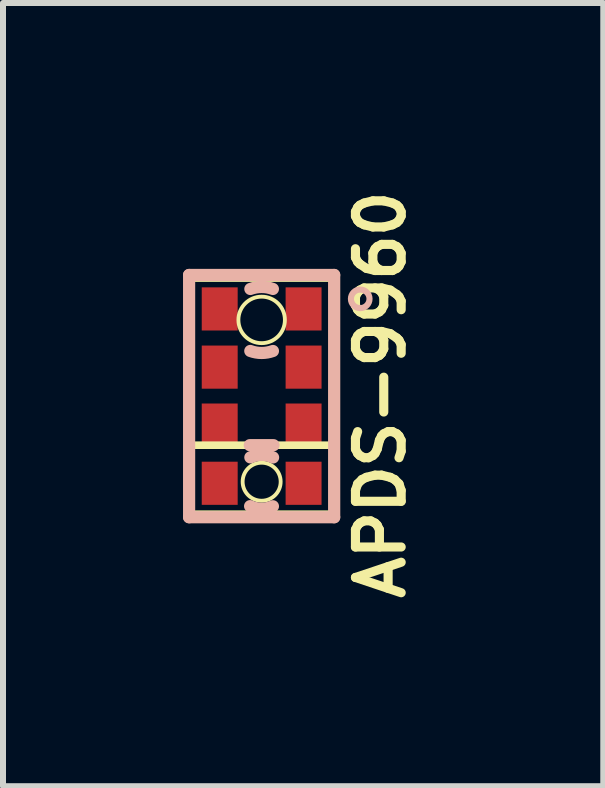
<source format=kicad_pcb>
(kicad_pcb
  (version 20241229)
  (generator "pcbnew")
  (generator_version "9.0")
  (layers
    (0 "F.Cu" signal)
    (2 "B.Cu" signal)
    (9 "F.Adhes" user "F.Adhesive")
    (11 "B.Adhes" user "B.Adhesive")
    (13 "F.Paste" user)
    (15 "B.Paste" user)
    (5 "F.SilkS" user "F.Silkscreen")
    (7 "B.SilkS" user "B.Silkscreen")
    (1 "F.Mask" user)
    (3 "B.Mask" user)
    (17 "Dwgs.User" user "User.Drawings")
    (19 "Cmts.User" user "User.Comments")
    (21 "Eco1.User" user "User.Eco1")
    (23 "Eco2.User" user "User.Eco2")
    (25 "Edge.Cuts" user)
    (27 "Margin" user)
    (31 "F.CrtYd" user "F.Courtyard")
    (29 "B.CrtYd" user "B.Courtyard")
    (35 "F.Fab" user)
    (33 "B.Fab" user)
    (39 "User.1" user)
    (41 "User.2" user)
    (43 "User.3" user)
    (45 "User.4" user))
  (footprint "APDS-9960"
    (layer "F.Cu")
    (at 1.311 3.552)
    (property "Reference" "APDS-9960" (at 1.981 -0.025 270) (layer "F.SilkS") (effects (font (size 0.762 0.762) (thickness 0.152))))
    (attr smd)
    (fp_line (start -1.179 -1.968) (end -1.179 0.818) (stroke (width 0.127) (type solid)) (layer "F.SilkS"))
    (fp_line (start -1.179 -1.968) (end 1.179 -1.968) (stroke (width 0.127) (type solid)) (layer "F.SilkS"))
    (fp_line (start -1.179 0.818) (end -1.179 1.968) (stroke (width 0.127) (type solid)) (layer "F.SilkS"))
    (fp_line (start -1.179 0.818) (end 1.179 0.818) (stroke (width 0.127) (type solid)) (layer "F.SilkS"))
    (fp_line (start -1.179 1.968) (end 1.179 1.968) (stroke (width 0.127) (type solid)) (layer "F.SilkS"))
    (fp_line (start 1.179 -1.968) (end 1.179 0.818) (stroke (width 0.127) (type solid)) (layer "F.SilkS"))
    (fp_line (start 1.179 0.818) (end 1.179 1.968) (stroke (width 0.127) (type solid)) (layer "F.SilkS"))
    (fp_circle (center 0 -1.27) (end -0.274 -1.544) (stroke (width 0.064) (type solid)) (fill no) (layer "F.SilkS"))
    (fp_circle (center 0 1.427) (end -0.224 1.651) (stroke (width 0.064) (type solid)) (fill no) (layer "F.SilkS"))
    (fp_line (start -1.209 -2.019) (end -1.209 2.019) (stroke (width 0.203) (type solid)) (layer "B.SilkS"))
    (fp_line (start -1.209 -2.019) (end 1.209 -2.019) (stroke (width 0.203) (type solid)) (layer "B.SilkS"))
    (fp_line (start -1.209 2.019) (end 1.209 2.019) (stroke (width 0.203) (type solid)) (layer "B.SilkS"))
    (fp_line (start -0.198 0.818) (end 0.198 0.818) (stroke (width 0.203) (type solid)) (layer "B.SilkS"))
    (fp_line (start 1.209 -2.019) (end 1.209 2.019) (stroke (width 0.203) (type solid)) (layer "B.SilkS"))
    (fp_arc (start -0.18796 -1.78562) (mid -0.000272 -1.81881) (end 0.187448 -1.785806) (stroke (width 0.2032) (type solid)) (layer "B.SilkS"))
    (fp_arc (start -0.18796 1.02108) (mid 0.001402 0.979721) (end 0.190502 1.022265) (stroke (width 0.2032) (type solid)) (layer "B.SilkS"))
    (fp_arc (start 0.18796 -0.75184) (mid -0.000596 -0.718803) (end -0.189081 -0.752248) (stroke (width 0.2032) (type solid)) (layer "B.SilkS"))
    (fp_arc (start 0.18796 1.83642) (mid -0.002476 1.877541) (end -0.192448 1.834327) (stroke (width 0.2032) (type solid)) (layer "B.SilkS"))
    (fp_circle (center 1.643 -1.621) (end 1.753 -1.73) (stroke (width 0.102) (type solid)) (fill no) (layer "B.SilkS"))
    (pad "1" smd rect (at 0.699 -1.453) (size 0.599 0.719) (layers "F.Cu" "F.Mask" "F.Paste"))
    (pad "2" smd rect (at 0.699 -0.483) (size 0.599 0.719) (layers "F.Cu" "F.Mask" "F.Paste"))
    (pad "3" smd rect (at 0.699 0.483) (size 0.599 0.719) (layers "F.Cu" "F.Mask" "F.Paste"))
    (pad "4" smd rect (at 0.699 1.453) (size 0.599 0.719) (layers "F.Cu" "F.Mask" "F.Paste"))
    (pad "5" smd rect (at -0.699 1.453) (size 0.599 0.719) (layers "F.Cu" "F.Mask" "F.Paste"))
    (pad "6" smd rect (at -0.699 0.483) (size 0.599 0.719) (layers "F.Cu" "F.Mask" "F.Paste"))
    (pad "7" smd rect (at -0.699 -0.483) (size 0.599 0.719) (layers "F.Cu" "F.Mask" "F.Paste"))
    (pad "8" smd rect (at -0.699 -1.453) (size 0.599 0.719) (layers "F.Cu" "F.Mask" "F.Paste")))
  (gr_rect
    (start -3 -3)
    (end 7.005 10.054)
    (stroke (width 0.1) (type default))
    (fill no)
    (layer "Edge.Cuts")))
</source>
